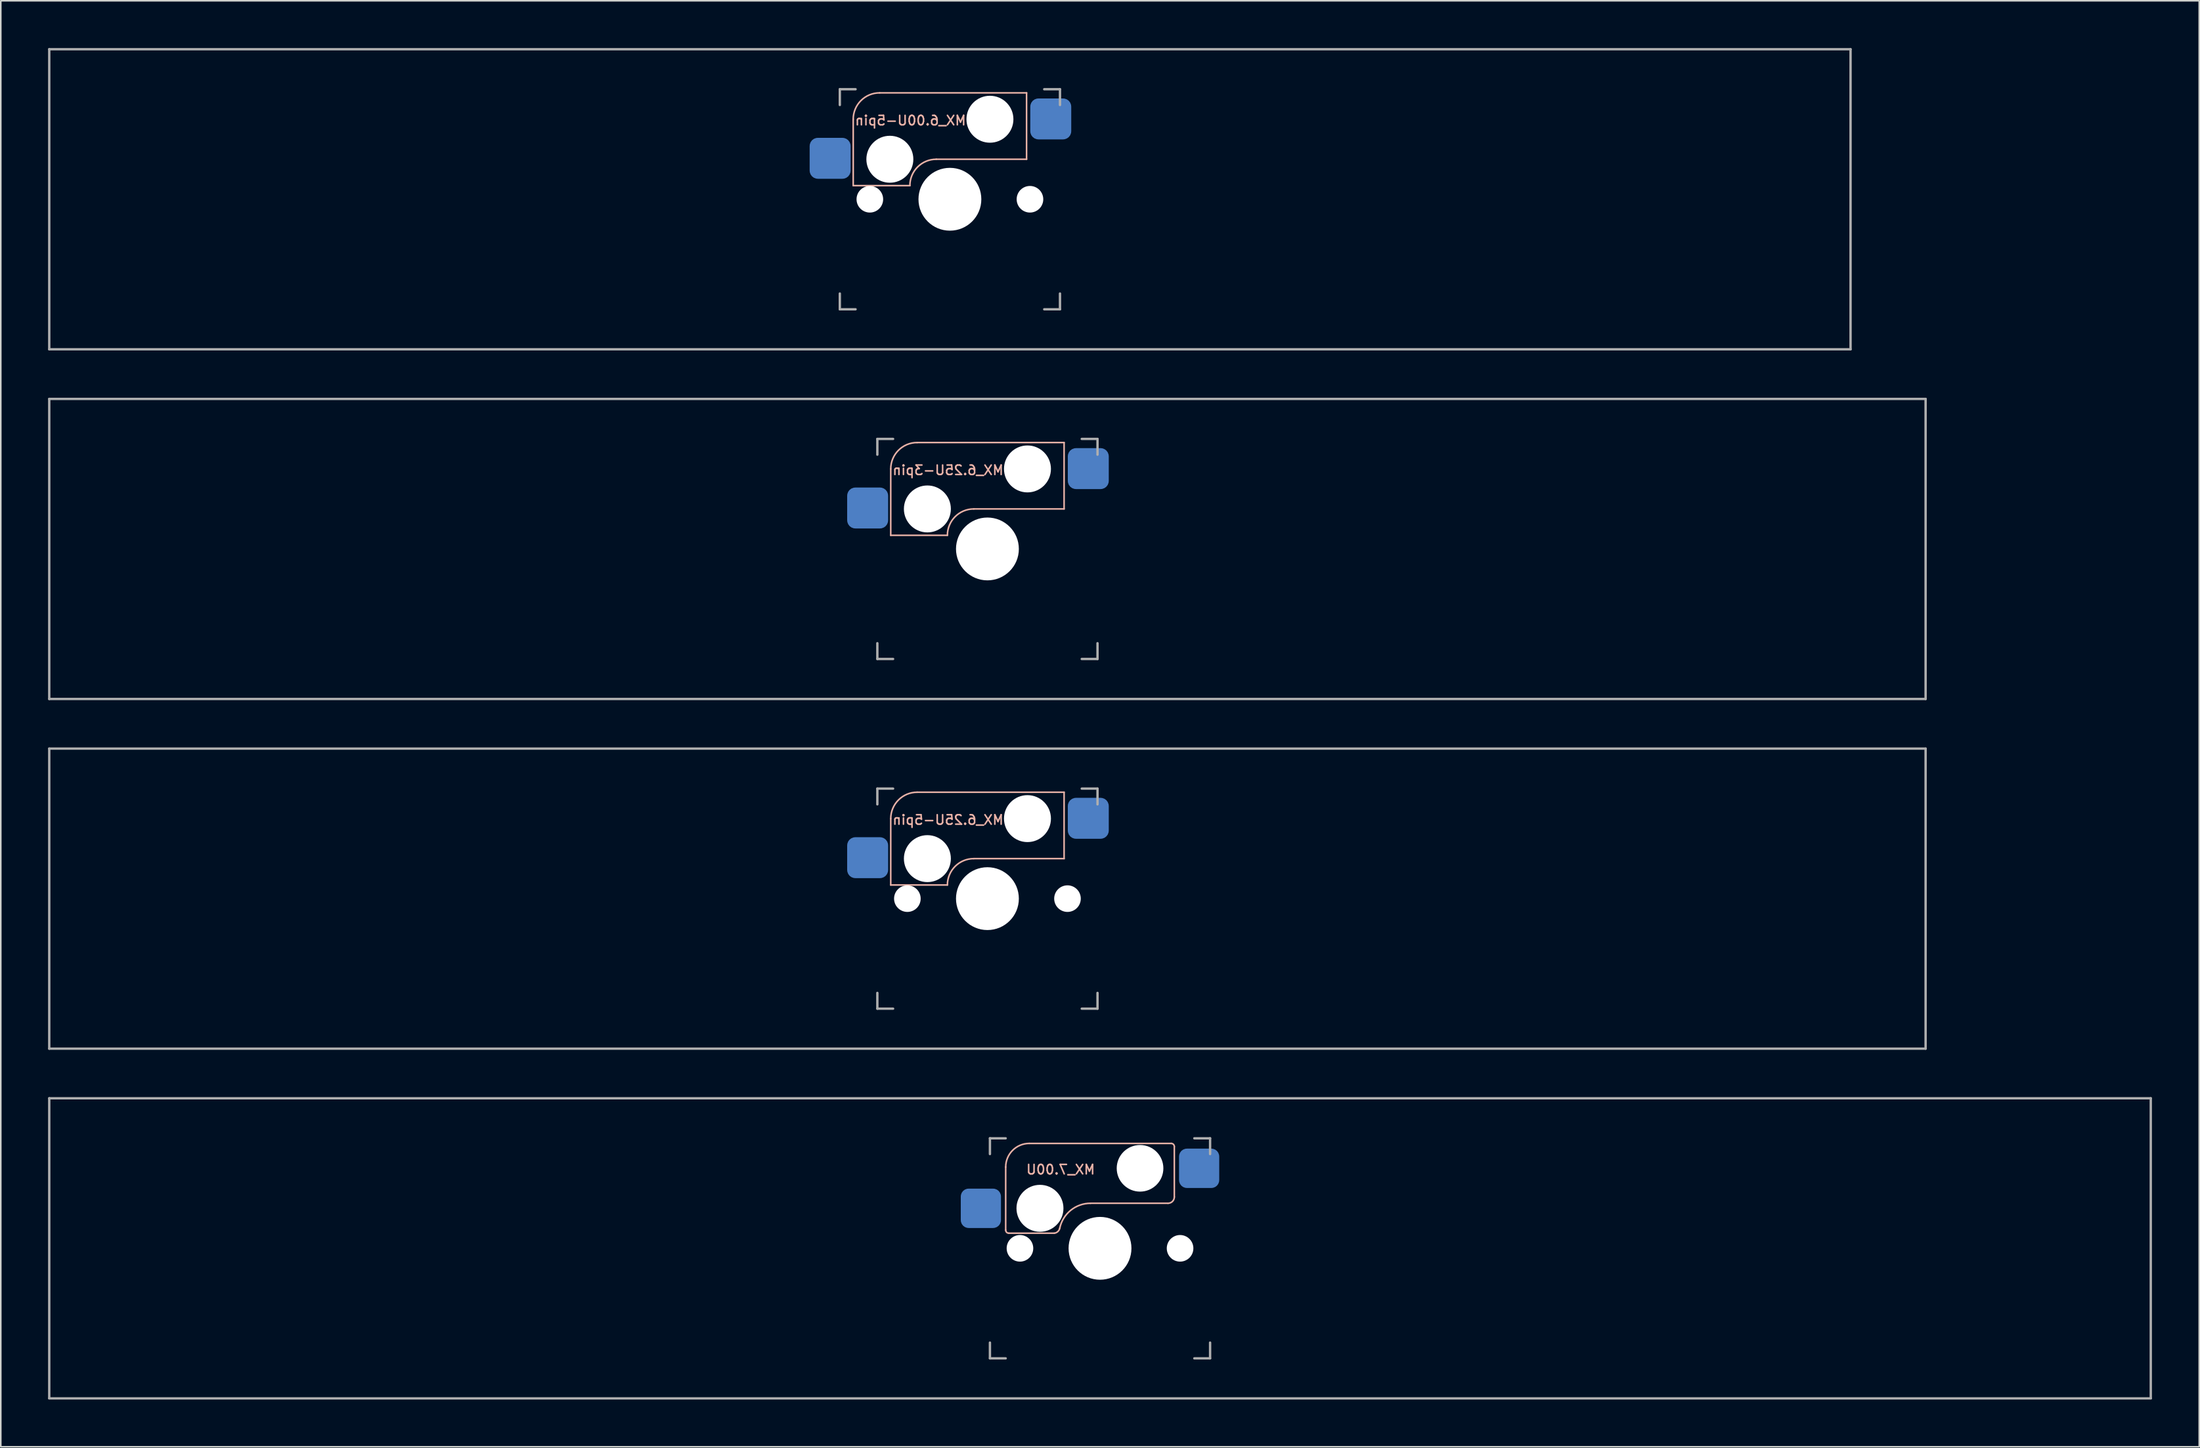
<source format=kicad_pcb>
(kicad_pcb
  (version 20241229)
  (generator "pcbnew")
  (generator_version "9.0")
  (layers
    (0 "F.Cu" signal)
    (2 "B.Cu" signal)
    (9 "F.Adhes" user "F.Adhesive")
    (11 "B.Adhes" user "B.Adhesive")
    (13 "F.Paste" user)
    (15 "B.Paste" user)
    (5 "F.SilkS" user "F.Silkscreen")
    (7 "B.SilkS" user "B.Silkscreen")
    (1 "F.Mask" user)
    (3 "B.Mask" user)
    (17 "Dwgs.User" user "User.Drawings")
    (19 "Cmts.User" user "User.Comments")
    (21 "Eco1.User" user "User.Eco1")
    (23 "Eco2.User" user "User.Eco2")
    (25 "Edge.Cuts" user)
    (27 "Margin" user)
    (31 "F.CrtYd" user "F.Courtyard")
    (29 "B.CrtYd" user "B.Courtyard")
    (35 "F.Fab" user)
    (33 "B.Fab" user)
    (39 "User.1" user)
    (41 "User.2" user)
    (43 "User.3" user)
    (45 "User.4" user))
  (footprint "MX_7.00U"
    (layer "F.Cu")
    (at 66.75 76.2)
    (property "Reference" "MX_7.00U" (at -2.5 -5 0) (layer "B.SilkS") (effects (font (size 0.6 0.6) (thickness 0.1)) (justify mirror)))
    (attr smd)
    (fp_line (start -5.985 -5.16) (end -5.985 -1.16) (stroke (width 0.1) (type solid)) (layer "B.SilkS"))
    (fp_line (start -5.785 -0.96) (end -2.9 -0.96) (stroke (width 0.1) (type solid)) (layer "B.SilkS"))
    (fp_line (start -4.485 -6.66) (end 4.515 -6.66) (stroke (width 0.1) (type solid)) (layer "B.SilkS"))
    (fp_line (start 4.315 -2.86) (end -0.6 -2.86) (stroke (width 0.1) (type solid)) (layer "B.SilkS"))
    (fp_line (start 4.715 -6.46) (end 4.715 -3.26) (stroke (width 0.1) (type solid)) (layer "B.SilkS"))
    (fp_arc (start -5.985 -5.16) (mid -5.54566 -6.22066) (end -4.485 -6.66) (stroke (width 0.1) (type solid)) (layer "B.SilkS"))
    (fp_arc (start -5.785 -0.96) (mid -5.926421 -1.018579) (end -5.985 -1.16) (stroke (width 0.1) (type solid)) (layer "B.SilkS"))
    (fp_arc (start -2.558575 -1.264949) (mid -1.862953 -2.41079) (end -0.6 -2.86) (stroke (width 0.1) (type solid)) (layer "B.SilkS"))
    (fp_arc (start -2.557532 -1.264687) (mid -2.681837 -1.059595) (end -2.9 -0.96) (stroke (width 0.1) (type solid)) (layer "B.SilkS"))
    (fp_arc (start 4.515 -6.66) (mid 4.656421 -6.601421) (end 4.715 -6.46) (stroke (width 0.1) (type solid)) (layer "B.SilkS"))
    (fp_arc (start 4.715 -3.26) (mid 4.597843 -2.977157) (end 4.315 -2.86) (stroke (width 0.1) (type solid)) (layer "B.SilkS"))
    (fp_line (start -6.985 6.985) (end -6.985 -6.985) (stroke (width 0.15) (type solid)) (layer "Eco2.User"))
    (fp_line (start -6.985 6.985) (end 6.985 6.985) (stroke (width 0.15) (type solid)) (layer "Eco2.User"))
    (fp_line (start 6.985 -6.985) (end -6.985 -6.985) (stroke (width 0.15) (type solid)) (layer "Eco2.User"))
    (fp_line (start 6.985 -6.985) (end 6.985 6.985) (stroke (width 0.15) (type solid)) (layer "Eco2.User"))
    (fp_line (start -66.675 -9.525) (end 66.675 -9.525) (stroke (width 0.15) (type solid)) (layer "F.Fab"))
    (fp_line (start -66.675 9.525) (end -66.675 -9.525) (stroke (width 0.15) (type solid)) (layer "F.Fab"))
    (fp_line (start -6.985 -5.985) (end -6.985 -6.985) (stroke (width 0.15) (type solid)) (layer "F.Fab"))
    (fp_line (start -6.985 6.985) (end -6.985 5.985) (stroke (width 0.15) (type solid)) (layer "F.Fab"))
    (fp_line (start -6.985 6.985) (end -5.985 6.985) (stroke (width 0.15) (type solid)) (layer "F.Fab"))
    (fp_line (start -5.985 -6.985) (end -6.985 -6.985) (stroke (width 0.15) (type solid)) (layer "F.Fab"))
    (fp_line (start 5.985 6.985) (end 6.985 6.985) (stroke (width 0.15) (type solid)) (layer "F.Fab"))
    (fp_line (start 6.985 -6.985) (end 5.985 -6.985) (stroke (width 0.15) (type solid)) (layer "F.Fab"))
    (fp_line (start 6.985 -6.985) (end 6.985 -5.985) (stroke (width 0.15) (type solid)) (layer "F.Fab"))
    (fp_line (start 6.985 5.985) (end 6.985 6.985) (stroke (width 0.15) (type solid)) (layer "F.Fab"))
    (fp_line (start 66.675 -9.525) (end 66.675 9.525) (stroke (width 0.15) (type solid)) (layer "F.Fab"))
    (fp_line (start 66.675 9.525) (end -66.675 9.525) (stroke (width 0.15) (type solid)) (layer "F.Fab"))
    (pad "" np_thru_hole circle (at -5.08 0) (size 1.688 1.688) (drill 1.688) (layers "*.Cu" "*.Mask"))
    (pad "" np_thru_hole circle (at -3.81 -2.54) (size 2.98 2.98) (drill 2.98) (layers "*.Cu" "*.Mask"))
    (pad "" np_thru_hole circle (at 0 0) (size 3.988 3.988) (drill 3.988) (layers "*.Cu" "*.Mask"))
    (pad "" np_thru_hole circle (at 2.54 -5.08) (size 2.96 2.96) (drill 2.96) (layers "*.Cu" "*.Mask"))
    (pad "" np_thru_hole circle (at 5.08 0) (size 1.688 1.688) (drill 1.688) (layers "*.Cu" "*.Mask"))
    (pad "1" smd roundrect (at 6.29 -5.08) (size 2.55 2.5) (layers "B.Cu" "B.Mask" "B.Paste") (roundrect_rratio 0.2))
    (pad "2" smd roundrect (at -7.56 -2.54) (size 2.55 2.5) (layers "B.Cu" "B.Mask" "B.Paste") (roundrect_rratio 0.2)))
  (footprint "MX_6.25U-5pin"
    (layer "F.Cu")
    (at 59.606 54)
    (property "Reference" "MX_6.25U-5pin" (at -2.5 -5 0) (layer "B.SilkS") (effects (font (size 0.6 0.6) (thickness 0.1)) (justify mirror)))
    (attr smd)
    (fp_line (start -6.135 -5.08) (end -6.135 -0.865) (stroke (width 0.1) (type solid)) (layer "B.SilkS"))
    (fp_line (start -6.135 -0.865) (end -2.54 -0.865) (stroke (width 0.1) (type solid)) (layer "B.SilkS"))
    (fp_line (start -4.46 -6.755) (end 4.865 -6.755) (stroke (width 0.1) (type solid)) (layer "B.SilkS"))
    (fp_line (start -0.865 -2.54) (end 4.865 -2.54) (stroke (width 0.1) (type solid)) (layer "B.SilkS"))
    (fp_line (start 4.865 -6.755) (end 4.865 -2.54) (stroke (width 0.1) (type solid)) (layer "B.SilkS"))
    (fp_arc (start -6.135 -5.08) (mid -5.644404 -6.264404) (end -4.46 -6.755) (stroke (width 0.1) (type solid)) (layer "B.SilkS"))
    (fp_arc (start -2.54 -0.865) (mid -2.049404 -2.049404) (end -0.865 -2.54) (stroke (width 0.1) (type solid)) (layer "B.SilkS"))
    (fp_line (start -6.985 6.985) (end -6.985 -6.985) (stroke (width 0.15) (type solid)) (layer "Eco2.User"))
    (fp_line (start -6.985 6.985) (end 6.985 6.985) (stroke (width 0.15) (type solid)) (layer "Eco2.User"))
    (fp_line (start 6.985 -6.985) (end -6.985 -6.985) (stroke (width 0.15) (type solid)) (layer "Eco2.User"))
    (fp_line (start 6.985 -6.985) (end 6.985 6.985) (stroke (width 0.15) (type solid)) (layer "Eco2.User"))
    (fp_line (start -59.531 -9.525) (end 59.531 -9.525) (stroke (width 0.15) (type solid)) (layer "F.Fab"))
    (fp_line (start -59.531 9.525) (end -59.531 -9.525) (stroke (width 0.15) (type solid)) (layer "F.Fab"))
    (fp_line (start -6.985 -5.985) (end -6.985 -6.985) (stroke (width 0.15) (type solid)) (layer "F.Fab"))
    (fp_line (start -6.985 6.985) (end -6.985 5.985) (stroke (width 0.15) (type solid)) (layer "F.Fab"))
    (fp_line (start -6.985 6.985) (end -5.985 6.985) (stroke (width 0.15) (type solid)) (layer "F.Fab"))
    (fp_line (start -5.985 -6.985) (end -6.985 -6.985) (stroke (width 0.15) (type solid)) (layer "F.Fab"))
    (fp_line (start 5.985 6.985) (end 6.985 6.985) (stroke (width 0.15) (type solid)) (layer "F.Fab"))
    (fp_line (start 6.985 -6.985) (end 5.985 -6.985) (stroke (width 0.15) (type solid)) (layer "F.Fab"))
    (fp_line (start 6.985 -6.985) (end 6.985 -5.985) (stroke (width 0.15) (type solid)) (layer "F.Fab"))
    (fp_line (start 6.985 5.985) (end 6.985 6.985) (stroke (width 0.15) (type solid)) (layer "F.Fab"))
    (fp_line (start 59.531 -9.525) (end 59.531 9.525) (stroke (width 0.15) (type solid)) (layer "F.Fab"))
    (fp_line (start 59.531 9.525) (end -59.531 9.525) (stroke (width 0.15) (type solid)) (layer "F.Fab"))
    (pad "" np_thru_hole circle (at -5.08 0) (size 1.688 1.688) (drill 1.688) (layers "*.Cu" "*.Mask"))
    (pad "" np_thru_hole circle (at -3.81 -2.54) (size 2.98 2.98) (drill 2.98) (layers "*.Cu" "*.Mask"))
    (pad "" np_thru_hole circle (at 0 0) (size 3.988 3.988) (drill 3.988) (layers "*.Cu" "*.Mask"))
    (pad "" np_thru_hole circle (at 2.54 -5.08) (size 2.98 2.98) (drill 2.98) (layers "*.Cu" "*.Mask"))
    (pad "" np_thru_hole circle (at 5.08 0) (size 1.688 1.688) (drill 1.688) (layers "*.Cu" "*.Mask"))
    (pad "1" smd roundrect (at 6.4 -5.1) (size 2.6 2.6) (layers "B.Cu" "B.Mask" "B.Paste") (roundrect_rratio 0.2))
    (pad "2" smd roundrect (at -7.6 -2.6) (size 2.6 2.6) (layers "B.Cu" "B.Mask" "B.Paste") (roundrect_rratio 0.2)))
  (footprint "MX_6.25U-3pin"
    (layer "F.Cu")
    (at 59.606 31.8)
    (property "Reference" "MX_6.25U-3pin" (at -2.5 -5 0) (layer "B.SilkS") (effects (font (size 0.6 0.6) (thickness 0.1)) (justify mirror)))
    (attr smd)
    (fp_line (start -6.135 -5.08) (end -6.135 -0.865) (stroke (width 0.1) (type solid)) (layer "B.SilkS"))
    (fp_line (start -6.135 -0.865) (end -2.54 -0.865) (stroke (width 0.1) (type solid)) (layer "B.SilkS"))
    (fp_line (start -4.46 -6.755) (end 4.865 -6.755) (stroke (width 0.1) (type solid)) (layer "B.SilkS"))
    (fp_line (start -0.865 -2.54) (end 4.865 -2.54) (stroke (width 0.1) (type solid)) (layer "B.SilkS"))
    (fp_line (start 4.865 -6.755) (end 4.865 -2.54) (stroke (width 0.1) (type solid)) (layer "B.SilkS"))
    (fp_arc (start -6.135 -5.08) (mid -5.644404 -6.264404) (end -4.46 -6.755) (stroke (width 0.1) (type solid)) (layer "B.SilkS"))
    (fp_arc (start -2.54 -0.865) (mid -2.049404 -2.049404) (end -0.865 -2.54) (stroke (width 0.1) (type solid)) (layer "B.SilkS"))
    (fp_line (start -6.985 6.985) (end -6.985 -6.985) (stroke (width 0.15) (type solid)) (layer "Eco2.User"))
    (fp_line (start -6.985 6.985) (end 6.985 6.985) (stroke (width 0.15) (type solid)) (layer "Eco2.User"))
    (fp_line (start 6.985 -6.985) (end -6.985 -6.985) (stroke (width 0.15) (type solid)) (layer "Eco2.User"))
    (fp_line (start 6.985 -6.985) (end 6.985 6.985) (stroke (width 0.15) (type solid)) (layer "Eco2.User"))
    (fp_line (start -59.531 -9.525) (end 59.531 -9.525) (stroke (width 0.15) (type solid)) (layer "F.Fab"))
    (fp_line (start -59.531 9.525) (end -59.531 -9.525) (stroke (width 0.15) (type solid)) (layer "F.Fab"))
    (fp_line (start -6.985 -5.985) (end -6.985 -6.985) (stroke (width 0.15) (type solid)) (layer "F.Fab"))
    (fp_line (start -6.985 6.985) (end -6.985 5.985) (stroke (width 0.15) (type solid)) (layer "F.Fab"))
    (fp_line (start -6.985 6.985) (end -5.985 6.985) (stroke (width 0.15) (type solid)) (layer "F.Fab"))
    (fp_line (start -5.985 -6.985) (end -6.985 -6.985) (stroke (width 0.15) (type solid)) (layer "F.Fab"))
    (fp_line (start 5.985 6.985) (end 6.985 6.985) (stroke (width 0.15) (type solid)) (layer "F.Fab"))
    (fp_line (start 6.985 -6.985) (end 5.985 -6.985) (stroke (width 0.15) (type solid)) (layer "F.Fab"))
    (fp_line (start 6.985 -6.985) (end 6.985 -5.985) (stroke (width 0.15) (type solid)) (layer "F.Fab"))
    (fp_line (start 6.985 5.985) (end 6.985 6.985) (stroke (width 0.15) (type solid)) (layer "F.Fab"))
    (fp_line (start 59.531 -9.525) (end 59.531 9.525) (stroke (width 0.15) (type solid)) (layer "F.Fab"))
    (fp_line (start 59.531 9.525) (end -59.531 9.525) (stroke (width 0.15) (type solid)) (layer "F.Fab"))
    (pad "" np_thru_hole circle (at -3.81 -2.54) (size 2.98 2.98) (drill 2.98) (layers "*.Cu" "*.Mask"))
    (pad "" np_thru_hole circle (at 0 0) (size 3.988 3.988) (drill 3.988) (layers "*.Cu" "*.Mask"))
    (pad "" np_thru_hole circle (at 2.54 -5.08) (size 2.98 2.98) (drill 2.98) (layers "*.Cu" "*.Mask"))
    (pad "1" smd roundrect (at 6.4 -5.1) (size 2.6 2.6) (layers "B.Cu" "B.Mask" "B.Paste") (roundrect_rratio 0.2))
    (pad "2" smd roundrect (at -7.6 -2.6) (size 2.6 2.6) (layers "B.Cu" "B.Mask" "B.Paste") (roundrect_rratio 0.2)))
  (footprint "MX_6.00U-5pin"
    (layer "F.Cu")
    (at 57.225 9.6)
    (property "Reference" "MX_6.00U-5pin" (at -2.5 -5 0) (layer "B.SilkS") (effects (font (size 0.6 0.6) (thickness 0.1)) (justify mirror)))
    (attr smd)
    (fp_line (start -6.135 -5.08) (end -6.135 -0.865) (stroke (width 0.1) (type solid)) (layer "B.SilkS"))
    (fp_line (start -6.135 -0.865) (end -2.54 -0.865) (stroke (width 0.1) (type solid)) (layer "B.SilkS"))
    (fp_line (start -4.46 -6.755) (end 4.865 -6.755) (stroke (width 0.1) (type solid)) (layer "B.SilkS"))
    (fp_line (start -0.865 -2.54) (end 4.865 -2.54) (stroke (width 0.1) (type solid)) (layer "B.SilkS"))
    (fp_line (start 4.865 -6.755) (end 4.865 -2.54) (stroke (width 0.1) (type solid)) (layer "B.SilkS"))
    (fp_arc (start -6.135 -5.08) (mid -5.644404 -6.264404) (end -4.46 -6.755) (stroke (width 0.1) (type solid)) (layer "B.SilkS"))
    (fp_arc (start -2.54 -0.865) (mid -2.049404 -2.049404) (end -0.865 -2.54) (stroke (width 0.1) (type solid)) (layer "B.SilkS"))
    (fp_line (start -6.985 6.985) (end -6.985 -6.985) (stroke (width 0.15) (type solid)) (layer "Eco2.User"))
    (fp_line (start -6.985 6.985) (end 6.985 6.985) (stroke (width 0.15) (type solid)) (layer "Eco2.User"))
    (fp_line (start 6.985 -6.985) (end -6.985 -6.985) (stroke (width 0.15) (type solid)) (layer "Eco2.User"))
    (fp_line (start 6.985 -6.985) (end 6.985 6.985) (stroke (width 0.15) (type solid)) (layer "Eco2.User"))
    (fp_line (start -57.15 -9.525) (end 57.15 -9.525) (stroke (width 0.15) (type solid)) (layer "F.Fab"))
    (fp_line (start -57.15 9.525) (end -57.15 -9.525) (stroke (width 0.15) (type solid)) (layer "F.Fab"))
    (fp_line (start -6.985 -5.985) (end -6.985 -6.985) (stroke (width 0.15) (type solid)) (layer "F.Fab"))
    (fp_line (start -6.985 6.985) (end -6.985 5.985) (stroke (width 0.15) (type solid)) (layer "F.Fab"))
    (fp_line (start -6.985 6.985) (end -5.985 6.985) (stroke (width 0.15) (type solid)) (layer "F.Fab"))
    (fp_line (start -5.985 -6.985) (end -6.985 -6.985) (stroke (width 0.15) (type solid)) (layer "F.Fab"))
    (fp_line (start 5.985 6.985) (end 6.985 6.985) (stroke (width 0.15) (type solid)) (layer "F.Fab"))
    (fp_line (start 6.985 -6.985) (end 5.985 -6.985) (stroke (width 0.15) (type solid)) (layer "F.Fab"))
    (fp_line (start 6.985 -6.985) (end 6.985 -5.985) (stroke (width 0.15) (type solid)) (layer "F.Fab"))
    (fp_line (start 6.985 5.985) (end 6.985 6.985) (stroke (width 0.15) (type solid)) (layer "F.Fab"))
    (fp_line (start 57.15 -9.525) (end 57.15 9.525) (stroke (width 0.15) (type solid)) (layer "F.Fab"))
    (fp_line (start 57.15 9.525) (end -57.15 9.525) (stroke (width 0.15) (type solid)) (layer "F.Fab"))
    (pad "" np_thru_hole circle (at -5.08 0) (size 1.688 1.688) (drill 1.688) (layers "*.Cu" "*.Mask"))
    (pad "" np_thru_hole circle (at -3.81 -2.54) (size 2.98 2.98) (drill 2.98) (layers "*.Cu" "*.Mask"))
    (pad "" np_thru_hole circle (at 0 0) (size 3.988 3.988) (drill 3.988) (layers "*.Cu" "*.Mask"))
    (pad "" np_thru_hole circle (at 2.54 -5.08) (size 2.98 2.98) (drill 2.98) (layers "*.Cu" "*.Mask"))
    (pad "" np_thru_hole circle (at 5.08 0) (size 1.688 1.688) (drill 1.688) (layers "*.Cu" "*.Mask"))
    (pad "1" smd roundrect (at 6.4 -5.1) (size 2.6 2.6) (layers "B.Cu" "B.Mask" "B.Paste") (roundrect_rratio 0.2))
    (pad "2" smd roundrect (at -7.6 -2.6) (size 2.6 2.6) (layers "B.Cu" "B.Mask" "B.Paste") (roundrect_rratio 0.2)))
  (gr_rect
    (start -3 -3)
    (end 136.5 88.8)
    (stroke (width 0.1) (type default))
    (fill no)
    (layer "Edge.Cuts")))
</source>
